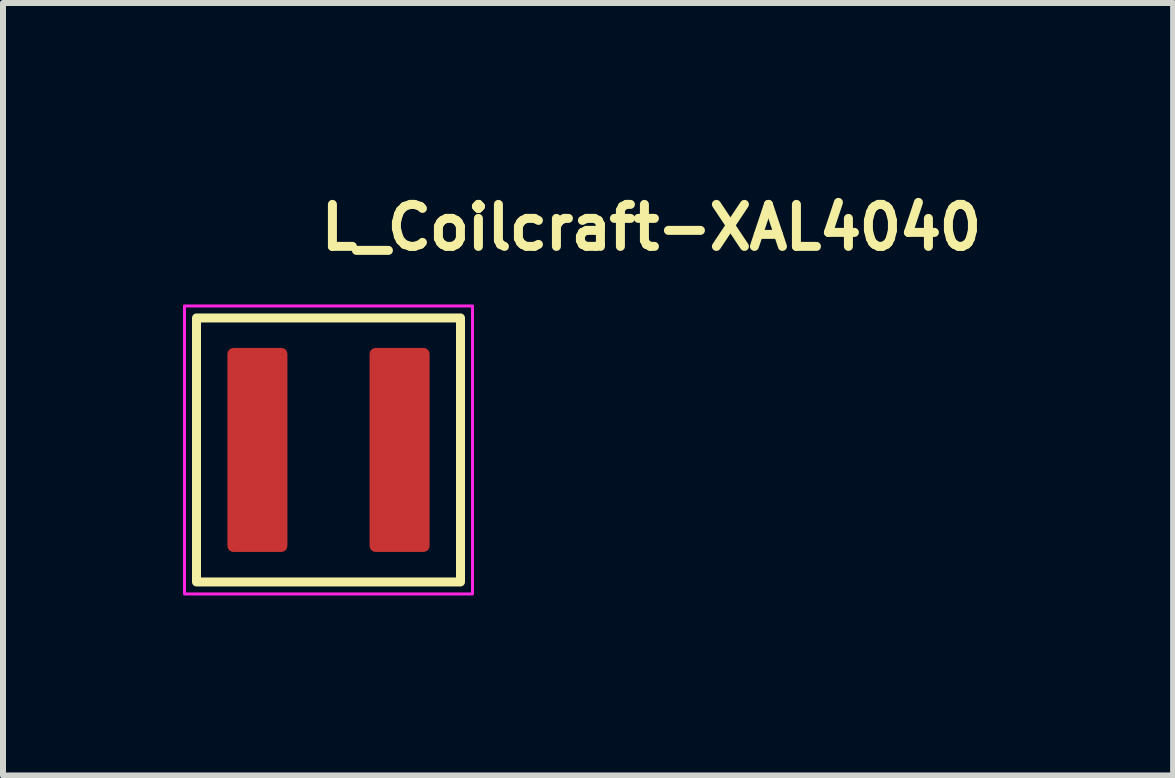
<source format=kicad_pcb>
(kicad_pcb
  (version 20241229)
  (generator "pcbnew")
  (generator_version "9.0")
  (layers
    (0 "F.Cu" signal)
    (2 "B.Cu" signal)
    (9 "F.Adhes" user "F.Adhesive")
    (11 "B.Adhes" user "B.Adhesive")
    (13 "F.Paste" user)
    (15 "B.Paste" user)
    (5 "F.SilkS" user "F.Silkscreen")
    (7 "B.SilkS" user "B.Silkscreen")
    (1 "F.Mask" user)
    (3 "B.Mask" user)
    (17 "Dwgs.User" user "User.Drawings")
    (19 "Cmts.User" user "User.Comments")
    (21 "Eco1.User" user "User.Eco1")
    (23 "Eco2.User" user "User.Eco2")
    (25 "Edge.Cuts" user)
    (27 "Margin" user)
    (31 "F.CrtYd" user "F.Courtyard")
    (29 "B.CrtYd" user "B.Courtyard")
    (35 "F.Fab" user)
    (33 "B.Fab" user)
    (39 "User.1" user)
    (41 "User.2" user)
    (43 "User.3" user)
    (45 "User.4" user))
  (footprint "L_Coilcraft-XAL4040"
    (layer "F.Cu")
    (at 2.425 4.449)
    (property "Reference" "L_Coilcraft-XAL4040" (at -0.2 -3.299 0) (layer "F.SilkS") (effects (font (size 0.7 0.7) (thickness 0.15)) (justify left bottom)))
    (attr smd)
    (fp_rect (start -2.2 -2.2) (end 2.2 2.2) (stroke (width 0.15) (type solid)) (fill no) (layer "F.SilkS"))
    (fp_rect (start -2.4 -2.4) (end 2.4 2.4) (stroke (width 0.05) (type solid)) (fill no) (layer "F.CrtYd"))
    (fp_rect (start -2.15 -2.15) (end 2.15 2.15) (stroke (width 0.1) (type solid)) (fill no) (layer "User.5"))
    (fp_line (start -2.15 -1.899) (end -2.15 1.899) (stroke (width 0.02) (type solid)) (layer "User.9"))
    (fp_line (start -2.15 -1.899) (end -2.149 -1.912) (stroke (width 0.02) (type solid)) (layer "User.9"))
    (fp_line (start -2.149 -1.912) (end -2.148 -1.924) (stroke (width 0.02) (type solid)) (layer "User.9"))
    (fp_line (start -2.149 1.912) (end -2.15 1.899) (stroke (width 0.02) (type solid)) (layer "User.9"))
    (fp_line (start -2.148 -1.924) (end -2.147 -1.936) (stroke (width 0.02) (type solid)) (layer "User.9"))
    (fp_line (start -2.148 1.924) (end -2.149 1.912) (stroke (width 0.02) (type solid)) (layer "User.9"))
    (fp_line (start -2.147 -1.936) (end -2.145 -1.949) (stroke (width 0.02) (type solid)) (layer "User.9"))
    (fp_line (start -2.147 1.936) (end -2.148 1.924) (stroke (width 0.02) (type solid)) (layer "User.9"))
    (fp_line (start -2.145 -1.949) (end -2.142 -1.96) (stroke (width 0.02) (type solid)) (layer "User.9"))
    (fp_line (start -2.145 1.949) (end -2.147 1.936) (stroke (width 0.02) (type solid)) (layer "User.9"))
    (fp_line (start -2.142 -1.96) (end -2.139 -1.972) (stroke (width 0.02) (type solid)) (layer "User.9"))
    (fp_line (start -2.142 1.96) (end -2.145 1.949) (stroke (width 0.02) (type solid)) (layer "User.9"))
    (fp_line (start -2.139 -1.972) (end -2.135 -1.984) (stroke (width 0.02) (type solid)) (layer "User.9"))
    (fp_line (start -2.139 1.972) (end -2.142 1.96) (stroke (width 0.02) (type solid)) (layer "User.9"))
    (fp_line (start -2.135 -1.984) (end -2.13 -1.995) (stroke (width 0.02) (type solid)) (layer "User.9"))
    (fp_line (start -2.135 1.984) (end -2.139 1.972) (stroke (width 0.02) (type solid)) (layer "User.9"))
    (fp_line (start -2.13 -1.995) (end -2.126 -2.006) (stroke (width 0.02) (type solid)) (layer "User.9"))
    (fp_line (start -2.13 1.995) (end -2.135 1.984) (stroke (width 0.02) (type solid)) (layer "User.9"))
    (fp_line (start -2.126 -2.006) (end -2.12 -2.016) (stroke (width 0.02) (type solid)) (layer "User.9"))
    (fp_line (start -2.126 2.006) (end -2.13 1.995) (stroke (width 0.02) (type solid)) (layer "User.9"))
    (fp_line (start -2.12 -2.016) (end -2.114 -2.028) (stroke (width 0.02) (type solid)) (layer "User.9"))
    (fp_line (start -2.12 2.016) (end -2.126 2.006) (stroke (width 0.02) (type solid)) (layer "User.9"))
    (fp_line (start -2.114 -2.028) (end -2.107 -2.038) (stroke (width 0.02) (type solid)) (layer "User.9"))
    (fp_line (start -2.114 2.028) (end -2.12 2.016) (stroke (width 0.02) (type solid)) (layer "User.9"))
    (fp_line (start -2.107 -2.038) (end -2.1 -2.048) (stroke (width 0.02) (type solid)) (layer "User.9"))
    (fp_line (start -2.107 2.038) (end -2.114 2.028) (stroke (width 0.02) (type solid)) (layer "User.9"))
    (fp_line (start -2.1 -2.048) (end -2.093 -2.058) (stroke (width 0.02) (type solid)) (layer "User.9"))
    (fp_line (start -2.1 2.048) (end -2.107 2.038) (stroke (width 0.02) (type solid)) (layer "User.9"))
    (fp_line (start -2.093 -2.058) (end -2.085 -2.067) (stroke (width 0.02) (type solid)) (layer "User.9"))
    (fp_line (start -2.093 2.058) (end -2.1 2.048) (stroke (width 0.02) (type solid)) (layer "User.9"))
    (fp_line (start -2.085 -2.067) (end -2.076 -2.076) (stroke (width 0.02) (type solid)) (layer "User.9"))
    (fp_line (start -2.085 2.067) (end -2.093 2.058) (stroke (width 0.02) (type solid)) (layer "User.9"))
    (fp_line (start -2.076 -2.076) (end -2.076 -2.076) (stroke (width 0.02) (type solid)) (layer "User.9"))
    (fp_line (start -2.076 -2.076) (end -2.067 -2.085) (stroke (width 0.02) (type solid)) (layer "User.9"))
    (fp_line (start -2.076 2.076) (end -2.085 2.067) (stroke (width 0.02) (type solid)) (layer "User.9"))
    (fp_line (start -2.076 2.076) (end -2.076 2.076) (stroke (width 0.02) (type solid)) (layer "User.9"))
    (fp_line (start -2.067 -2.085) (end -2.058 -2.093) (stroke (width 0.02) (type solid)) (layer "User.9"))
    (fp_line (start -2.067 2.085) (end -2.076 2.076) (stroke (width 0.02) (type solid)) (layer "User.9"))
    (fp_line (start -2.058 -2.093) (end -2.048 -2.1) (stroke (width 0.02) (type solid)) (layer "User.9"))
    (fp_line (start -2.058 2.093) (end -2.067 2.085) (stroke (width 0.02) (type solid)) (layer "User.9"))
    (fp_line (start -2.048 -2.1) (end -2.038 -2.107) (stroke (width 0.02) (type solid)) (layer "User.9"))
    (fp_line (start -2.048 2.1) (end -2.058 2.093) (stroke (width 0.02) (type solid)) (layer "User.9"))
    (fp_line (start -2.038 -2.107) (end -2.028 -2.114) (stroke (width 0.02) (type solid)) (layer "User.9"))
    (fp_line (start -2.038 2.107) (end -2.048 2.1) (stroke (width 0.02) (type solid)) (layer "User.9"))
    (fp_line (start -2.028 -2.114) (end -2.016 -2.12) (stroke (width 0.02) (type solid)) (layer "User.9"))
    (fp_line (start -2.028 2.114) (end -2.038 2.107) (stroke (width 0.02) (type solid)) (layer "User.9"))
    (fp_line (start -2.016 -2.12) (end -2.006 -2.126) (stroke (width 0.02) (type solid)) (layer "User.9"))
    (fp_line (start -2.016 2.12) (end -2.028 2.114) (stroke (width 0.02) (type solid)) (layer "User.9"))
    (fp_line (start -2.006 -2.126) (end -1.995 -2.13) (stroke (width 0.02) (type solid)) (layer "User.9"))
    (fp_line (start -2.006 2.126) (end -2.016 2.12) (stroke (width 0.02) (type solid)) (layer "User.9"))
    (fp_line (start -1.995 -2.13) (end -1.984 -2.135) (stroke (width 0.02) (type solid)) (layer "User.9"))
    (fp_line (start -1.995 2.13) (end -2.006 2.126) (stroke (width 0.02) (type solid)) (layer "User.9"))
    (fp_line (start -1.984 -2.135) (end -1.972 -2.139) (stroke (width 0.02) (type solid)) (layer "User.9"))
    (fp_line (start -1.984 2.135) (end -1.995 2.13) (stroke (width 0.02) (type solid)) (layer "User.9"))
    (fp_line (start -1.972 -2.139) (end -1.96 -2.142) (stroke (width 0.02) (type solid)) (layer "User.9"))
    (fp_line (start -1.972 2.139) (end -1.984 2.135) (stroke (width 0.02) (type solid)) (layer "User.9"))
    (fp_line (start -1.96 -2.142) (end -1.949 -2.145) (stroke (width 0.02) (type solid)) (layer "User.9"))
    (fp_line (start -1.96 2.142) (end -1.972 2.139) (stroke (width 0.02) (type solid)) (layer "User.9"))
    (fp_line (start -1.949 -2.145) (end -1.936 -2.147) (stroke (width 0.02) (type solid)) (layer "User.9"))
    (fp_line (start -1.949 2.145) (end -1.96 2.142) (stroke (width 0.02) (type solid)) (layer "User.9"))
    (fp_line (start -1.936 -2.147) (end -1.924 -2.148) (stroke (width 0.02) (type solid)) (layer "User.9"))
    (fp_line (start -1.936 2.147) (end -1.949 2.145) (stroke (width 0.02) (type solid)) (layer "User.9"))
    (fp_line (start -1.924 -2.148) (end -1.912 -2.149) (stroke (width 0.02) (type solid)) (layer "User.9"))
    (fp_line (start -1.924 2.148) (end -1.936 2.147) (stroke (width 0.02) (type solid)) (layer "User.9"))
    (fp_line (start -1.912 -2.149) (end -1.899 -2.15) (stroke (width 0.02) (type solid)) (layer "User.9"))
    (fp_line (start -1.912 2.149) (end -1.924 2.148) (stroke (width 0.02) (type solid)) (layer "User.9"))
    (fp_line (start -1.899 2.15) (end -1.912 2.149) (stroke (width 0.02) (type solid)) (layer "User.9"))
    (fp_line (start -1.899 2.15) (end 1.899 2.15) (stroke (width 0.02) (type solid)) (layer "User.9"))
    (fp_line (start -1.647 -1.5) (end -1.497 -1.5) (stroke (width 0.02) (type solid)) (layer "User.9"))
    (fp_line (start -1.647 1.5) (end -1.647 -1.5) (stroke (width 0.02) (type solid)) (layer "User.9"))
    (fp_line (start -1.497 -1.5) (end -1.497 1.5) (stroke (width 0.02) (type solid)) (layer "User.9"))
    (fp_line (start -1.497 1.5) (end -1.647 1.5) (stroke (width 0.02) (type solid)) (layer "User.9"))
    (fp_line (start 1.899 -2.15) (end -1.899 -2.15) (stroke (width 0.02) (type solid)) (layer "User.9"))
    (fp_line (start 1.899 -2.15) (end 1.912 -2.149) (stroke (width 0.02) (type solid)) (layer "User.9"))
    (fp_line (start 1.912 -2.149) (end 1.924 -2.148) (stroke (width 0.02) (type solid)) (layer "User.9"))
    (fp_line (start 1.912 2.149) (end 1.899 2.15) (stroke (width 0.02) (type solid)) (layer "User.9"))
    (fp_line (start 1.924 -2.148) (end 1.936 -2.147) (stroke (width 0.02) (type solid)) (layer "User.9"))
    (fp_line (start 1.924 2.148) (end 1.912 2.149) (stroke (width 0.02) (type solid)) (layer "User.9"))
    (fp_line (start 1.936 -2.147) (end 1.949 -2.145) (stroke (width 0.02) (type solid)) (layer "User.9"))
    (fp_line (start 1.936 2.147) (end 1.924 2.148) (stroke (width 0.02) (type solid)) (layer "User.9"))
    (fp_line (start 1.949 -2.145) (end 1.96 -2.142) (stroke (width 0.02) (type solid)) (layer "User.9"))
    (fp_line (start 1.949 2.145) (end 1.936 2.147) (stroke (width 0.02) (type solid)) (layer "User.9"))
    (fp_line (start 1.96 -2.142) (end 1.972 -2.139) (stroke (width 0.02) (type solid)) (layer "User.9"))
    (fp_line (start 1.96 2.142) (end 1.949 2.145) (stroke (width 0.02) (type solid)) (layer "User.9"))
    (fp_line (start 1.972 -2.139) (end 1.984 -2.135) (stroke (width 0.02) (type solid)) (layer "User.9"))
    (fp_line (start 1.972 2.139) (end 1.96 2.142) (stroke (width 0.02) (type solid)) (layer "User.9"))
    (fp_line (start 1.984 -2.135) (end 1.995 -2.13) (stroke (width 0.02) (type solid)) (layer "User.9"))
    (fp_line (start 1.984 2.135) (end 1.972 2.139) (stroke (width 0.02) (type solid)) (layer "User.9"))
    (fp_line (start 1.995 -2.13) (end 2.006 -2.126) (stroke (width 0.02) (type solid)) (layer "User.9"))
    (fp_line (start 1.995 2.13) (end 1.984 2.135) (stroke (width 0.02) (type solid)) (layer "User.9"))
    (fp_line (start 2.006 -2.126) (end 2.016 -2.12) (stroke (width 0.02) (type solid)) (layer "User.9"))
    (fp_line (start 2.006 2.126) (end 1.995 2.13) (stroke (width 0.02) (type solid)) (layer "User.9"))
    (fp_line (start 2.016 -2.12) (end 2.028 -2.114) (stroke (width 0.02) (type solid)) (layer "User.9"))
    (fp_line (start 2.016 2.12) (end 2.006 2.126) (stroke (width 0.02) (type solid)) (layer "User.9"))
    (fp_line (start 2.028 -2.114) (end 2.038 -2.107) (stroke (width 0.02) (type solid)) (layer "User.9"))
    (fp_line (start 2.028 2.114) (end 2.016 2.12) (stroke (width 0.02) (type solid)) (layer "User.9"))
    (fp_line (start 2.038 -2.107) (end 2.048 -2.1) (stroke (width 0.02) (type solid)) (layer "User.9"))
    (fp_line (start 2.038 2.107) (end 2.028 2.114) (stroke (width 0.02) (type solid)) (layer "User.9"))
    (fp_line (start 2.048 -2.1) (end 2.058 -2.093) (stroke (width 0.02) (type solid)) (layer "User.9"))
    (fp_line (start 2.048 2.1) (end 2.038 2.107) (stroke (width 0.02) (type solid)) (layer "User.9"))
    (fp_line (start 2.058 -2.093) (end 2.067 -2.085) (stroke (width 0.02) (type solid)) (layer "User.9"))
    (fp_line (start 2.058 2.093) (end 2.048 2.1) (stroke (width 0.02) (type solid)) (layer "User.9"))
    (fp_line (start 2.067 -2.085) (end 2.076 -2.076) (stroke (width 0.02) (type solid)) (layer "User.9"))
    (fp_line (start 2.067 2.085) (end 2.058 2.093) (stroke (width 0.02) (type solid)) (layer "User.9"))
    (fp_line (start 2.076 -2.076) (end 2.076 -2.076) (stroke (width 0.02) (type solid)) (layer "User.9"))
    (fp_line (start 2.076 -2.076) (end 2.085 -2.067) (stroke (width 0.02) (type solid)) (layer "User.9"))
    (fp_line (start 2.076 2.076) (end 2.067 2.085) (stroke (width 0.02) (type solid)) (layer "User.9"))
    (fp_line (start 2.076 2.076) (end 2.076 2.076) (stroke (width 0.02) (type solid)) (layer "User.9"))
    (fp_line (start 2.085 -2.067) (end 2.093 -2.058) (stroke (width 0.02) (type solid)) (layer "User.9"))
    (fp_line (start 2.085 2.067) (end 2.076 2.076) (stroke (width 0.02) (type solid)) (layer "User.9"))
    (fp_line (start 2.093 -2.058) (end 2.1 -2.048) (stroke (width 0.02) (type solid)) (layer "User.9"))
    (fp_line (start 2.093 2.058) (end 2.085 2.067) (stroke (width 0.02) (type solid)) (layer "User.9"))
    (fp_line (start 2.1 -2.048) (end 2.107 -2.038) (stroke (width 0.02) (type solid)) (layer "User.9"))
    (fp_line (start 2.1 2.048) (end 2.093 2.058) (stroke (width 0.02) (type solid)) (layer "User.9"))
    (fp_line (start 2.107 -2.038) (end 2.114 -2.028) (stroke (width 0.02) (type solid)) (layer "User.9"))
    (fp_line (start 2.107 2.038) (end 2.1 2.048) (stroke (width 0.02) (type solid)) (layer "User.9"))
    (fp_line (start 2.114 -2.028) (end 2.12 -2.016) (stroke (width 0.02) (type solid)) (layer "User.9"))
    (fp_line (start 2.114 2.028) (end 2.107 2.038) (stroke (width 0.02) (type solid)) (layer "User.9"))
    (fp_line (start 2.12 -2.016) (end 2.126 -2.006) (stroke (width 0.02) (type solid)) (layer "User.9"))
    (fp_line (start 2.12 2.016) (end 2.114 2.028) (stroke (width 0.02) (type solid)) (layer "User.9"))
    (fp_line (start 2.126 -2.006) (end 2.13 -1.995) (stroke (width 0.02) (type solid)) (layer "User.9"))
    (fp_line (start 2.126 2.006) (end 2.12 2.016) (stroke (width 0.02) (type solid)) (layer "User.9"))
    (fp_line (start 2.13 -1.995) (end 2.135 -1.984) (stroke (width 0.02) (type solid)) (layer "User.9"))
    (fp_line (start 2.13 1.995) (end 2.126 2.006) (stroke (width 0.02) (type solid)) (layer "User.9"))
    (fp_line (start 2.135 -1.984) (end 2.139 -1.972) (stroke (width 0.02) (type solid)) (layer "User.9"))
    (fp_line (start 2.135 1.984) (end 2.13 1.995) (stroke (width 0.02) (type solid)) (layer "User.9"))
    (fp_line (start 2.139 -1.972) (end 2.142 -1.96) (stroke (width 0.02) (type solid)) (layer "User.9"))
    (fp_line (start 2.139 1.972) (end 2.135 1.984) (stroke (width 0.02) (type solid)) (layer "User.9"))
    (fp_line (start 2.142 -1.96) (end 2.145 -1.949) (stroke (width 0.02) (type solid)) (layer "User.9"))
    (fp_line (start 2.142 1.96) (end 2.139 1.972) (stroke (width 0.02) (type solid)) (layer "User.9"))
    (fp_line (start 2.145 -1.949) (end 2.147 -1.936) (stroke (width 0.02) (type solid)) (layer "User.9"))
    (fp_line (start 2.145 1.949) (end 2.142 1.96) (stroke (width 0.02) (type solid)) (layer "User.9"))
    (fp_line (start 2.147 -1.936) (end 2.148 -1.924) (stroke (width 0.02) (type solid)) (layer "User.9"))
    (fp_line (start 2.147 1.936) (end 2.145 1.949) (stroke (width 0.02) (type solid)) (layer "User.9"))
    (fp_line (start 2.148 -1.924) (end 2.149 -1.912) (stroke (width 0.02) (type solid)) (layer "User.9"))
    (fp_line (start 2.148 1.924) (end 2.147 1.936) (stroke (width 0.02) (type solid)) (layer "User.9"))
    (fp_line (start 2.149 -1.912) (end 2.15 -1.899) (stroke (width 0.02) (type solid)) (layer "User.9"))
    (fp_line (start 2.149 1.912) (end 2.148 1.924) (stroke (width 0.02) (type solid)) (layer "User.9"))
    (fp_line (start 2.15 1.899) (end 2.149 1.912) (stroke (width 0.02) (type solid)) (layer "User.9"))
    (fp_line (start 2.15 1.899) (end 2.15 -1.899) (stroke (width 0.02) (type solid)) (layer "User.9"))
    (pad "1" smd roundrect (at -1.185 0) (size 1 3.4) (layers "F.Cu" "F.Mask" "F.Paste") (roundrect_rratio 0.1))
    (pad "2" smd roundrect (at 1.185 0) (size 1 3.4) (layers "F.Cu" "F.Mask" "F.Paste") (roundrect_rratio 0.1)))
  (gr_rect
    (start -3 -3)
    (end 16.502 9.874)
    (stroke (width 0.1) (type default))
    (fill no)
    (layer "Edge.Cuts")))
</source>
